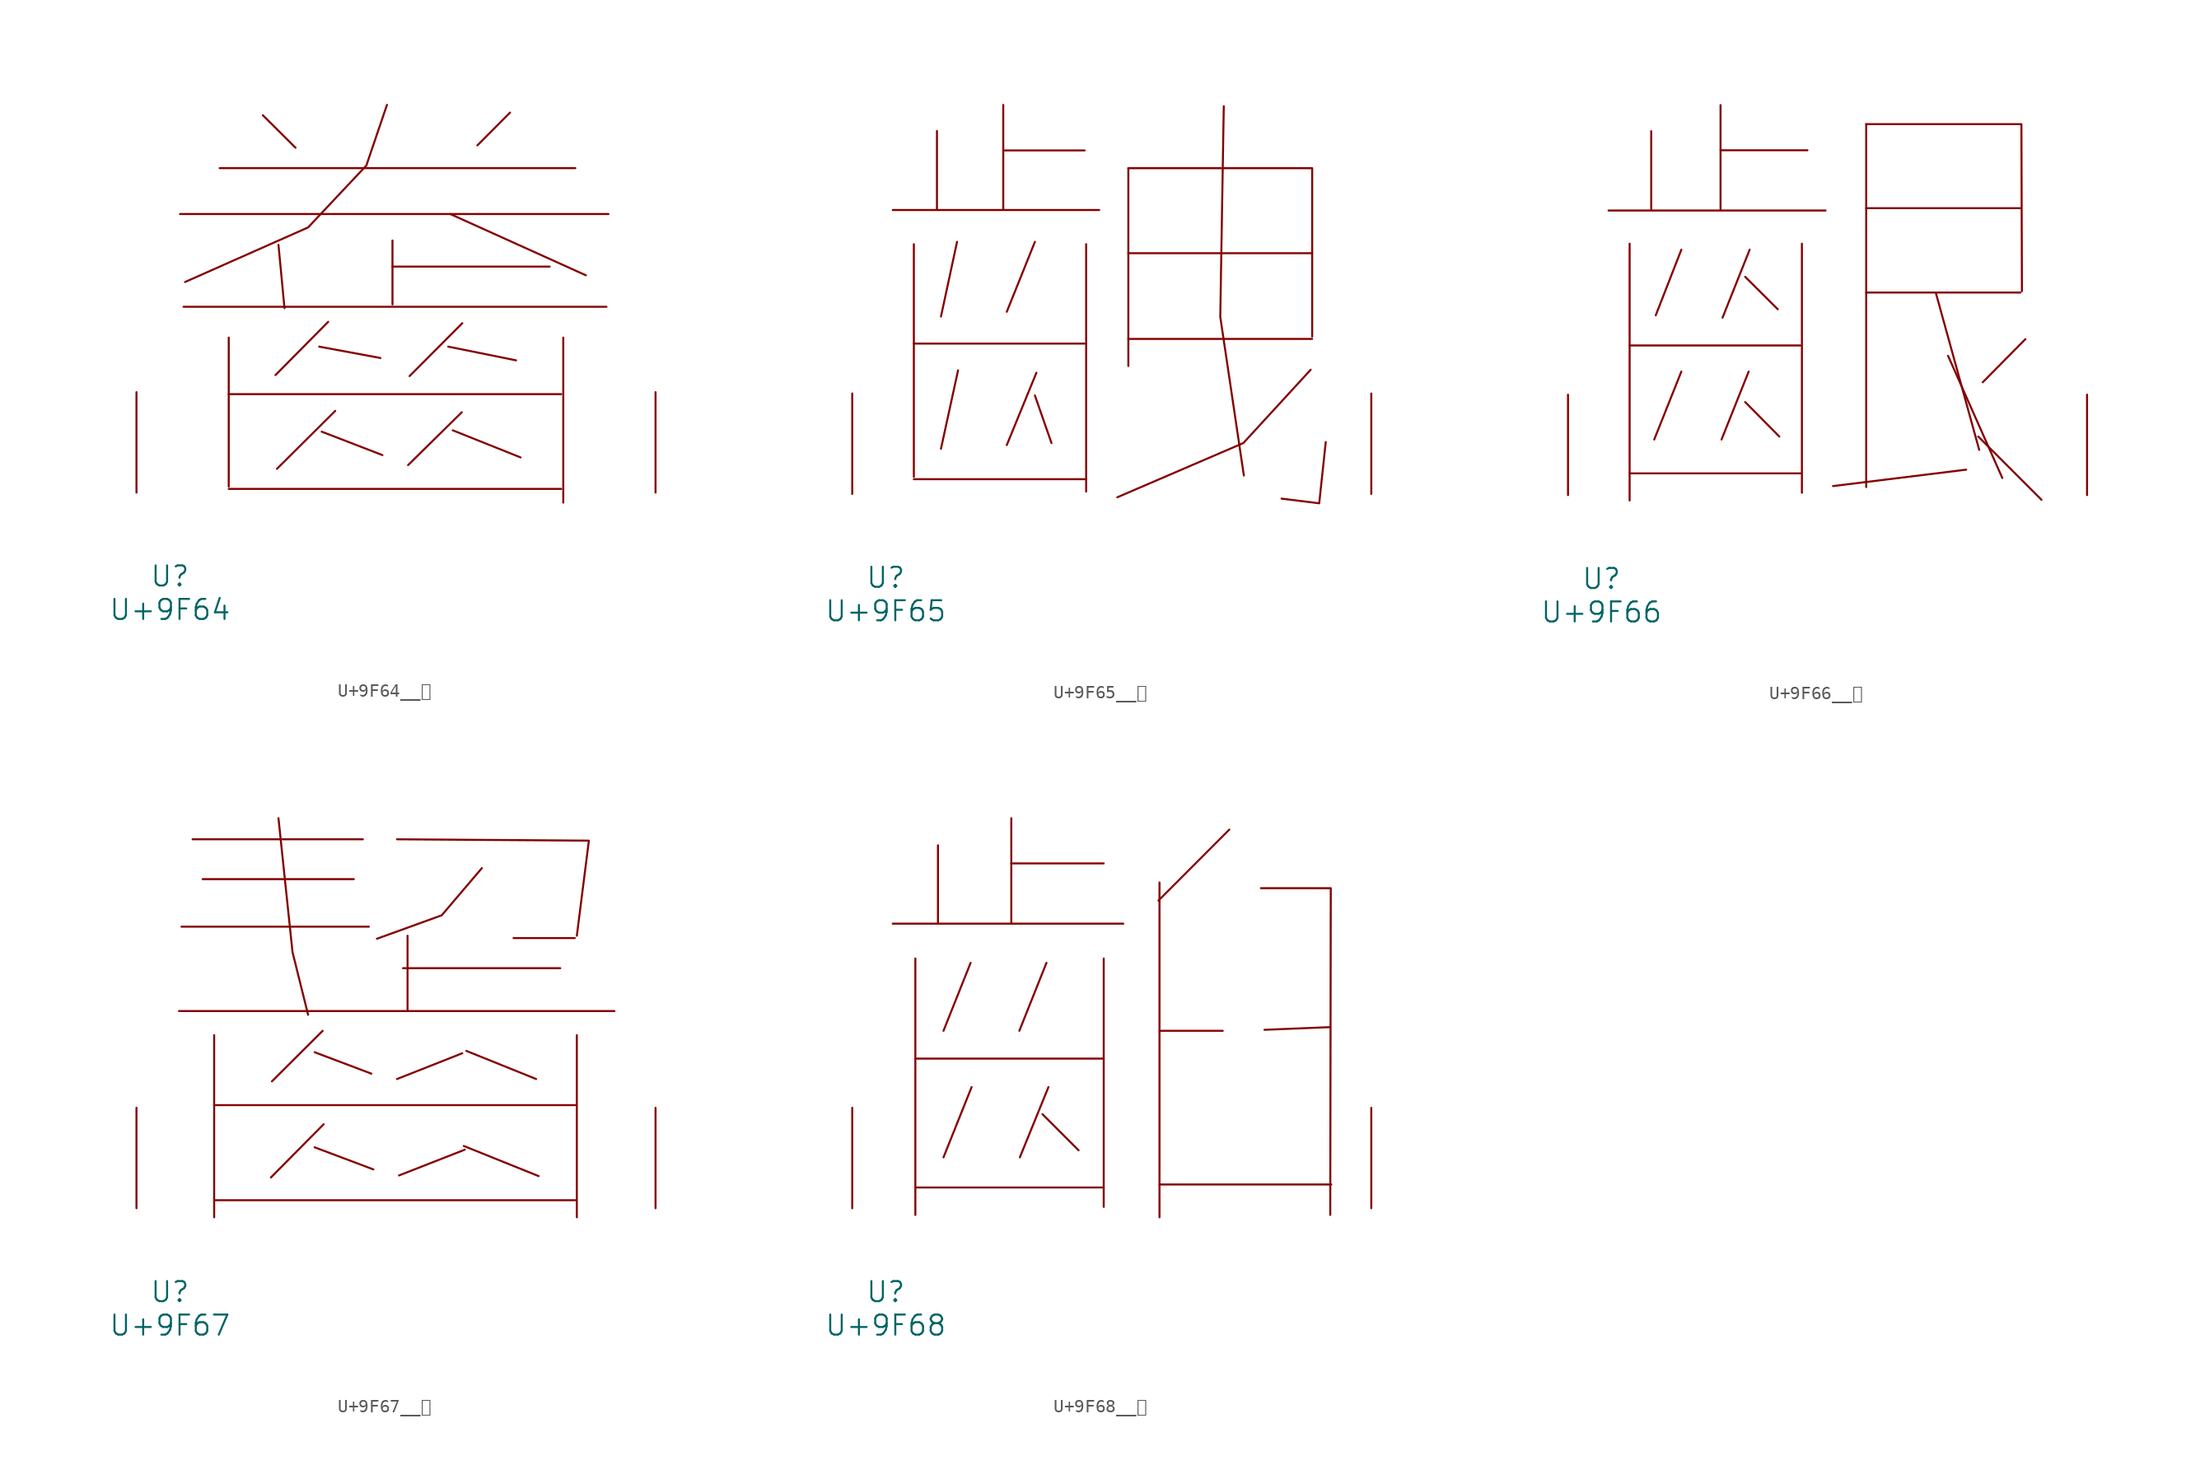
<source format=kicad_sym>
(kicad_symbol_lib
  (version 20231120)
  (generator "kicad_symbol_editor")
  (generator_version "8.0")
  (symbol "U+9F64__齤"
    (pin_names
      (offset 1.016))
    (property "Reference" "U"
      (at 0 -6.35 0)
      (effects (font (size 1.524 1.524))))
    (property "Value" "U+9F64"
      (at 0 -8.89 0)
      (effects (font (size 1.524 1.524))))
    (symbol "U+9F64__齤_0_1"
      (polyline (pts (xy 0.762 21.133) (xy 33.261 21.133)) (stroke (width 0) (type solid)) (fill (type none)))
      (polyline (pts (xy 1.029 14.097) (xy 33.109 14.097)) (stroke (width 0) (type solid)) (fill (type none)))
      (polyline (pts (xy 3.772 24.613) (xy 30.747 24.613)) (stroke (width 0) (type solid)) (fill (type none)))
      (polyline (pts (xy 4.458 0.279) (xy 29.68 0.279)) (stroke (width 0) (type solid)) (fill (type none)))
      (polyline (pts (xy 4.458 7.468) (xy 29.68 7.468)) (stroke (width 0) (type solid)) (fill (type none)))
      (polyline (pts (xy 4.458 11.76) (xy 4.458 0.457)) (stroke (width 0) (type solid)) (fill (type none)))
      (polyline (pts (xy 7.048 28.626) (xy 9.525 26.162)) (stroke (width 0) (type solid)) (fill (type none)))
      (polyline (pts (xy 8.23 18.796) (xy 8.687 13.995)) (stroke (width 0) (type solid)) (fill (type none)))
      (polyline (pts (xy 11.316 11.074) (xy 15.964 10.211)) (stroke (width 0) (type solid)) (fill (type none)))
      (polyline (pts (xy 11.506 4.623) (xy 16.116 2.845)) (stroke (width 0) (type solid)) (fill (type none)))
      (polyline (pts (xy 12.002 12.954) (xy 8.001 8.915)) (stroke (width 0) (type solid)) (fill (type none)))
      (polyline (pts (xy 12.535 6.198) (xy 8.115 1.803)) (stroke (width 0) (type solid)) (fill (type none)))
      (polyline (pts (xy 16.878 17.145) (xy 28.804 17.145)) (stroke (width 0) (type solid)) (fill (type none)))
      (polyline (pts (xy 16.878 19.126) (xy 16.878 14.275)) (stroke (width 0) (type solid)) (fill (type none)))
      (polyline (pts (xy 21.107 11.074) (xy 26.251 10.033)) (stroke (width 0) (type solid)) (fill (type none)))
      (polyline (pts (xy 21.26 21.133) (xy 31.547 16.485)) (stroke (width 0) (type solid)) (fill (type none)))
      (polyline (pts (xy 21.45 4.724) (xy 26.594 2.667)) (stroke (width 0) (type solid)) (fill (type none)))
      (polyline (pts (xy 22.136 6.096) (xy 18.059 2.083)) (stroke (width 0) (type solid)) (fill (type none)))
      (polyline (pts (xy 22.174 12.852) (xy 18.174 8.839)) (stroke (width 0) (type solid)) (fill (type none)))
      (polyline (pts (xy 25.794 28.829) (xy 23.317 26.34)) (stroke (width 0) (type solid)) (fill (type none)))
      (polyline (pts (xy 29.832 11.76) (xy 29.832 -0.762)) (stroke (width 0) (type solid)) (fill (type none)))
      (polyline (pts (xy 16.459 29.413) (xy 14.897 24.816) (xy 10.477 20.117) (xy 1.143 15.977)) (stroke (width 0) (type solid)) (fill (type none)))
      (pin input line (at -2.54 0 90) (length 7.62) (name "~" (effects (font (size 1.27 1.27)))) (number "~" (effects (font (size 1.27 1.27)))))
      (pin input line (at 36.83 0 90) (length 7.62) (name "~" (effects (font (size 1.27 1.27)))) (number "~" (effects (font (size 1.27 1.27)))))))
  (symbol "U+9F65__齥"
    (pin_names
      (offset 1.016))
    (property "Reference" "U"
      (at 0 -6.35 0)
      (effects (font (size 1.524 1.524))))
    (property "Value" "U+9F65"
      (at 0 -8.89 0)
      (effects (font (size 1.524 1.524))))
    (symbol "U+9F65__齥_0_1"
      (polyline (pts (xy 0.533 21.539) (xy 16.192 21.539)) (stroke (width 0) (type solid)) (fill (type none)))
      (polyline (pts (xy 2.134 1.118) (xy 15.088 1.118)) (stroke (width 0) (type solid)) (fill (type none)))
      (polyline (pts (xy 2.134 11.405) (xy 15.088 11.405)) (stroke (width 0) (type solid)) (fill (type none)))
      (polyline (pts (xy 2.134 18.948) (xy 2.134 1.295)) (stroke (width 0) (type solid)) (fill (type none)))
      (polyline (pts (xy 3.886 27.534) (xy 3.886 21.59)) (stroke (width 0) (type solid)) (fill (type none)))
      (polyline (pts (xy 5.41 19.126) (xy 4.191 13.462)) (stroke (width 0) (type solid)) (fill (type none)))
      (polyline (pts (xy 5.486 9.373) (xy 4.191 3.429)) (stroke (width 0) (type solid)) (fill (type none)))
      (polyline (pts (xy 8.915 26.06) (xy 15.088 26.06)) (stroke (width 0) (type solid)) (fill (type none)))
      (polyline (pts (xy 8.915 29.515) (xy 8.915 21.59)) (stroke (width 0) (type solid)) (fill (type none)))
      (polyline (pts (xy 11.316 7.468) (xy 12.573 3.861)) (stroke (width 0) (type solid)) (fill (type none)))
      (polyline (pts (xy 11.316 19.126) (xy 9.182 13.818)) (stroke (width 0) (type solid)) (fill (type none)))
      (polyline (pts (xy 11.43 9.195) (xy 9.182 3.708)) (stroke (width 0) (type solid)) (fill (type none)))
      (polyline (pts (xy 15.202 18.948) (xy 15.202 0.178)) (stroke (width 0) (type solid)) (fill (type none)))
      (polyline (pts (xy 18.402 11.76) (xy 32.347 11.76)) (stroke (width 0) (type solid)) (fill (type none)))
      (polyline (pts (xy 18.402 18.263) (xy 32.347 18.263)) (stroke (width 0) (type solid)) (fill (type none)))
      (polyline (pts (xy 18.402 24.714) (xy 18.402 9.703)) (stroke (width 0) (type solid)) (fill (type none)))
      (polyline (pts (xy 18.402 24.714) (xy 32.347 24.714) (xy 32.347 11.938)) (stroke (width 0) (type solid)) (fill (type none)))
      (polyline (pts (xy 25.641 29.413) (xy 25.375 13.437) (xy 27.165 1.397)) (stroke (width 0) (type solid)) (fill (type none)))
      (polyline (pts (xy 32.233 9.423) (xy 27.127 3.861) (xy 17.564 -0.254)) (stroke (width 0) (type solid)) (fill (type none)))
      (polyline (pts (xy 33.376 3.937) (xy 32.88 -0.711) (xy 30.023 -0.356)) (stroke (width 0) (type solid)) (fill (type none)))
      (pin input line (at -2.54 0 90) (length 7.62) (name "~" (effects (font (size 1.27 1.27)))) (number "~" (effects (font (size 1.27 1.27)))))
      (pin input line (at 36.83 0 90) (length 7.62) (name "~" (effects (font (size 1.27 1.27)))) (number "~" (effects (font (size 1.27 1.27)))))))
  (symbol "U+9F66__齦"
    (pin_names
      (offset 1.016))
    (property "Reference" "U"
      (at 0 -6.35 0)
      (effects (font (size 1.524 1.524))))
    (property "Value" "U+9F66"
      (at 0 -8.89 0)
      (effects (font (size 1.524 1.524))))
    (symbol "U+9F66__齦_0_1"
      (polyline (pts (xy 0.533 21.59) (xy 16.993 21.59)) (stroke (width 0) (type solid)) (fill (type none)))
      (polyline (pts (xy 2.134 1.651) (xy 15.088 1.651)) (stroke (width 0) (type solid)) (fill (type none)))
      (polyline (pts (xy 2.134 11.354) (xy 15.088 11.354)) (stroke (width 0) (type solid)) (fill (type none)))
      (polyline (pts (xy 2.134 19.075) (xy 2.134 -0.406)) (stroke (width 0) (type solid)) (fill (type none)))
      (polyline (pts (xy 3.772 27.61) (xy 3.772 21.692)) (stroke (width 0) (type solid)) (fill (type none)))
      (polyline (pts (xy 6.058 9.373) (xy 4 4.216)) (stroke (width 0) (type solid)) (fill (type none)))
      (polyline (pts (xy 6.058 18.618) (xy 4.115 13.64)) (stroke (width 0) (type solid)) (fill (type none)))
      (polyline (pts (xy 9.03 26.162) (xy 15.621 26.162)) (stroke (width 0) (type solid)) (fill (type none)))
      (polyline (pts (xy 9.03 29.591) (xy 9.03 21.692)) (stroke (width 0) (type solid)) (fill (type none)))
      (polyline (pts (xy 10.897 7.061) (xy 13.487 4.445)) (stroke (width 0) (type solid)) (fill (type none)))
      (polyline (pts (xy 10.897 16.561) (xy 13.373 14.097)) (stroke (width 0) (type solid)) (fill (type none)))
      (polyline (pts (xy 11.163 9.373) (xy 9.106 4.216)) (stroke (width 0) (type solid)) (fill (type none)))
      (polyline (pts (xy 11.239 18.618) (xy 9.182 13.462)) (stroke (width 0) (type solid)) (fill (type none)))
      (polyline (pts (xy 15.202 19.075) (xy 15.202 0.178)) (stroke (width 0) (type solid)) (fill (type none)))
      (polyline (pts (xy 20.079 15.367) (xy 31.775 15.367)) (stroke (width 0) (type solid)) (fill (type none)))
      (polyline (pts (xy 20.079 21.768) (xy 31.775 21.768)) (stroke (width 0) (type solid)) (fill (type none)))
      (polyline (pts (xy 20.079 28.143) (xy 20.079 0.61)) (stroke (width 0) (type solid)) (fill (type none)))
      (polyline (pts (xy 25.375 15.291) (xy 28.651 3.429)) (stroke (width 0) (type solid)) (fill (type none)))
      (polyline (pts (xy 26.289 10.566) (xy 30.404 1.295)) (stroke (width 0) (type solid)) (fill (type none)))
      (polyline (pts (xy 27.661 1.93) (xy 17.564 0.686)) (stroke (width 0) (type solid)) (fill (type none)))
      (polyline (pts (xy 28.575 4.445) (xy 33.376 -0.356)) (stroke (width 0) (type solid)) (fill (type none)))
      (polyline (pts (xy 32.156 11.836) (xy 28.918 8.56)) (stroke (width 0) (type solid)) (fill (type none)))
      (polyline (pts (xy 20.079 28.143) (xy 31.852 28.143) (xy 31.89 15.469)) (stroke (width 0) (type solid)) (fill (type none)))
      (pin input line (at -2.54 0 90) (length 7.62) (name "~" (effects (font (size 1.27 1.27)))) (number "~" (effects (font (size 1.27 1.27)))))
      (pin input line (at 36.83 0 90) (length 7.62) (name "~" (effects (font (size 1.27 1.27)))) (number "~" (effects (font (size 1.27 1.27)))))))
  (symbol "U+9F67__齧"
    (pin_names
      (offset 1.016))
    (property "Reference" "U"
      (at 0 -6.35 0)
      (effects (font (size 1.524 1.524))))
    (property "Value" "U+9F67"
      (at 0 -8.89 0)
      (effects (font (size 1.524 1.524))))
    (symbol "U+9F67__齧_0_1"
      (polyline (pts (xy 0.686 14.961) (xy 33.718 14.961)) (stroke (width 0) (type solid)) (fill (type none)))
      (polyline (pts (xy 0.876 21.361) (xy 15.088 21.361)) (stroke (width 0) (type solid)) (fill (type none)))
      (polyline (pts (xy 1.714 27.991) (xy 14.63 27.991)) (stroke (width 0) (type solid)) (fill (type none)))
      (polyline (pts (xy 2.477 24.968) (xy 13.945 24.968)) (stroke (width 0) (type solid)) (fill (type none)))
      (polyline (pts (xy 3.353 0.61) (xy 30.747 0.61)) (stroke (width 0) (type solid)) (fill (type none)))
      (polyline (pts (xy 3.353 7.823) (xy 30.747 7.823)) (stroke (width 0) (type solid)) (fill (type none)))
      (polyline (pts (xy 3.353 13.132) (xy 3.353 -0.686)) (stroke (width 0) (type solid)) (fill (type none)))
      (polyline (pts (xy 10.973 4.623) (xy 15.431 2.946)) (stroke (width 0) (type solid)) (fill (type none)))
      (polyline (pts (xy 10.973 11.836) (xy 15.278 10.211)) (stroke (width 0) (type solid)) (fill (type none)))
      (polyline (pts (xy 11.582 13.462) (xy 7.734 9.627)) (stroke (width 0) (type solid)) (fill (type none)))
      (polyline (pts (xy 11.659 6.375) (xy 7.658 2.337)) (stroke (width 0) (type solid)) (fill (type none)))
      (polyline (pts (xy 17.678 18.212) (xy 29.604 18.212)) (stroke (width 0) (type solid)) (fill (type none)))
      (polyline (pts (xy 18.021 20.676) (xy 18.021 15.011)) (stroke (width 0) (type solid)) (fill (type none)))
      (polyline (pts (xy 22.174 11.76) (xy 17.221 9.804)) (stroke (width 0) (type solid)) (fill (type none)))
      (polyline (pts (xy 22.288 4.724) (xy 27.965 2.438)) (stroke (width 0) (type solid)) (fill (type none)))
      (polyline (pts (xy 22.365 4.445) (xy 17.374 2.489)) (stroke (width 0) (type solid)) (fill (type none)))
      (polyline (pts (xy 22.479 11.938) (xy 27.775 9.804)) (stroke (width 0) (type solid)) (fill (type none)))
      (polyline (pts (xy 26.06 20.498) (xy 30.709 20.498)) (stroke (width 0) (type solid)) (fill (type none)))
      (polyline (pts (xy 30.861 13.132) (xy 30.861 -0.686)) (stroke (width 0) (type solid)) (fill (type none)))
      (polyline (pts (xy 8.23 29.591) (xy 9.296 19.431) (xy 10.477 14.681)) (stroke (width 0) (type solid)) (fill (type none)))
      (polyline (pts (xy 17.221 27.991) (xy 31.775 27.889) (xy 30.861 20.676)) (stroke (width 0) (type solid)) (fill (type none)))
      (polyline (pts (xy 23.66 25.806) (xy 20.612 22.225) (xy 15.697 20.447)) (stroke (width 0) (type solid)) (fill (type none)))
      (pin input line (at -2.54 0 90) (length 7.62) (name "~" (effects (font (size 1.27 1.27)))) (number "~" (effects (font (size 1.27 1.27)))))
      (pin input line (at 36.83 0 90) (length 7.62) (name "~" (effects (font (size 1.27 1.27)))) (number "~" (effects (font (size 1.27 1.27)))))))
  (symbol "U+9F68__齨"
    (pin_names
      (offset 1.016))
    (property "Reference" "U"
      (at 0 -6.35 0)
      (effects (font (size 1.524 1.524))))
    (property "Value" "U+9F68"
      (at 0 -8.89 0)
      (effects (font (size 1.524 1.524))))
    (symbol "U+9F68__齨_0_1"
      (polyline (pts (xy 0.533 21.59) (xy 18.021 21.59)) (stroke (width 0) (type solid)) (fill (type none)))
      (polyline (pts (xy 2.248 1.575) (xy 16.535 1.575)) (stroke (width 0) (type solid)) (fill (type none)))
      (polyline (pts (xy 2.248 11.354) (xy 16.535 11.354)) (stroke (width 0) (type solid)) (fill (type none)))
      (polyline (pts (xy 2.248 18.948) (xy 2.248 -0.508)) (stroke (width 0) (type solid)) (fill (type none)))
      (polyline (pts (xy 3.962 27.534) (xy 3.962 21.692)) (stroke (width 0) (type solid)) (fill (type none)))
      (polyline (pts (xy 6.439 18.618) (xy 4.381 13.462)) (stroke (width 0) (type solid)) (fill (type none)))
      (polyline (pts (xy 6.515 9.195) (xy 4.381 3.861)) (stroke (width 0) (type solid)) (fill (type none)))
      (polyline (pts (xy 9.525 26.162) (xy 16.535 26.162)) (stroke (width 0) (type solid)) (fill (type none)))
      (polyline (pts (xy 9.525 29.591) (xy 9.525 21.692)) (stroke (width 0) (type solid)) (fill (type none)))
      (polyline (pts (xy 11.887 7.137) (xy 14.63 4.394)) (stroke (width 0) (type solid)) (fill (type none)))
      (polyline (pts (xy 12.192 18.618) (xy 10.135 13.462)) (stroke (width 0) (type solid)) (fill (type none)))
      (polyline (pts (xy 12.344 9.195) (xy 10.173 3.861)) (stroke (width 0) (type solid)) (fill (type none)))
      (polyline (pts (xy 16.535 18.948) (xy 16.535 0.102)) (stroke (width 0) (type solid)) (fill (type none)))
      (polyline (pts (xy 20.765 1.803) (xy 33.795 1.803)) (stroke (width 0) (type solid)) (fill (type none)))
      (polyline (pts (xy 20.765 13.462) (xy 25.565 13.462)) (stroke (width 0) (type solid)) (fill (type none)))
      (polyline (pts (xy 20.765 24.714) (xy 20.765 -0.686)) (stroke (width 0) (type solid)) (fill (type none)))
      (polyline (pts (xy 26.06 28.727) (xy 20.688 23.343)) (stroke (width 0) (type solid)) (fill (type none)))
      (polyline (pts (xy 33.718 13.741) (xy 28.727 13.538)) (stroke (width 0) (type solid)) (fill (type none)))
      (polyline (pts (xy 28.461 24.282) (xy 33.757 24.282) (xy 33.718 -0.508)) (stroke (width 0) (type solid)) (fill (type none)))
      (pin input line (at -2.54 0 90) (length 7.62) (name "~" (effects (font (size 1.27 1.27)))) (number "~" (effects (font (size 1.27 1.27)))))
      (pin input line (at 36.83 0 90) (length 7.62) (name "~" (effects (font (size 1.27 1.27)))) (number "~" (effects (font (size 1.27 1.27))))))))
</source>
